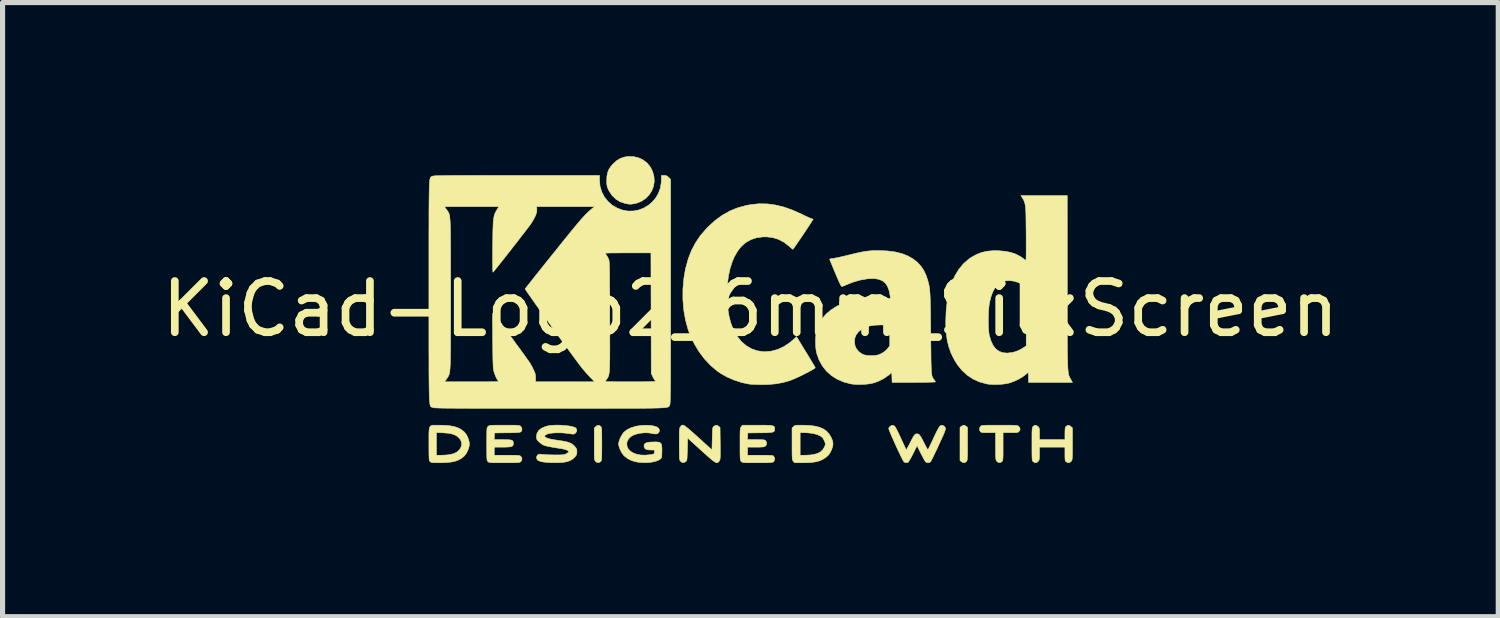
<source format=kicad_pcb>
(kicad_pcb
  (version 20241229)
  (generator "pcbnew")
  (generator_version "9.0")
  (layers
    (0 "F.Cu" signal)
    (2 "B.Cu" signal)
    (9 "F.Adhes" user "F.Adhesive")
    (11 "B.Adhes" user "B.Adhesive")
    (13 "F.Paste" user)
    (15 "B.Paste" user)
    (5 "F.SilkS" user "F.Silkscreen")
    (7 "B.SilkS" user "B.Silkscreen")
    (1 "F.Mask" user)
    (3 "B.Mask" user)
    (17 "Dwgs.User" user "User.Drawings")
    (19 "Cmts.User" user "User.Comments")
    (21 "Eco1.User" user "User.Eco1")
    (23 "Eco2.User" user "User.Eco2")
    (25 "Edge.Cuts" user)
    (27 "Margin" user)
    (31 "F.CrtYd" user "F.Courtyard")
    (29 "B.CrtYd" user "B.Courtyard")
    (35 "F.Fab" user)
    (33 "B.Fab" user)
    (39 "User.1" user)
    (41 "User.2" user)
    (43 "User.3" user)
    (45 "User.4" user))
  (footprint "KiCad-Logo2_6mm_SilkScreen"
    (layer "F.Cu")
    (at 11.601 2.982)
    (property "Reference" "KiCad-Logo2_6mm_SilkScreen" (at 0 0 180) (layer "F.SilkS") (effects (font (size 1 1) (thickness 0.15))))
    (attr exclude_from_pos_files exclude_from_bom)
    (fp_poly (pts (xy 4.189 2.276) (xy 4.212 2.291) (xy 4.239 2.312) (xy 4.239 2.634) (xy 4.239 2.728) (xy 4.239 2.802) (xy 4.238 2.859) (xy 4.236 2.901) (xy 4.234 2.931) (xy 4.231 2.951) (xy 4.227 2.965) (xy 4.221 2.974) (xy 4.217 2.979) (xy 4.186 3) (xy 4.15 2.999) (xy 4.119 2.981) (xy 4.092 2.96) (xy 4.092 2.312) (xy 4.119 2.291) (xy 4.145 2.275) (xy 4.166 2.269) (xy 4.189 2.276)) (stroke (width 0.01) (type solid)) (fill yes) (layer "F.SilkS"))
    (fp_poly (pts (xy -2.924 2.292) (xy -2.917 2.299) (xy -2.912 2.309) (xy -2.908 2.324) (xy -2.905 2.346) (xy -2.903 2.378) (xy -2.902 2.422) (xy -2.902 2.482) (xy -2.901 2.56) (xy -2.901 2.636) (xy -2.901 2.73) (xy -2.902 2.804) (xy -2.902 2.86) (xy -2.904 2.902) (xy -2.906 2.932) (xy -2.909 2.952) (xy -2.913 2.965) (xy -2.919 2.974) (xy -2.924 2.98) (xy -2.957 3) (xy -2.992 2.998) (xy -3.023 2.977) (xy -3.031 2.968) (xy -3.036 2.959) (xy -3.041 2.945) (xy -3.044 2.924) (xy -3.046 2.895) (xy -3.047 2.853) (xy -3.048 2.796) (xy -3.048 2.722) (xy -3.048 2.638) (xy -3.048 2.324) (xy -3.02 2.297) (xy -2.986 2.273) (xy -2.953 2.273) (xy -2.924 2.292)) (stroke (width 0.01) (type solid)) (fill yes) (layer "F.SilkS"))
    (fp_poly (pts (xy -2.273 -2.973) (xy -2.177 -2.949) (xy -2.09 -2.906) (xy -2.015 -2.847) (xy -1.954 -2.772) (xy -1.909 -2.683) (xy -1.883 -2.586) (xy -1.877 -2.489) (xy -1.892 -2.395) (xy -1.926 -2.307) (xy -1.977 -2.228) (xy -2.042 -2.16) (xy -2.121 -2.106) (xy -2.212 -2.068) (xy -2.263 -2.056) (xy -2.308 -2.048) (xy -2.342 -2.045) (xy -2.375 -2.047) (xy -2.415 -2.054) (xy -2.449 -2.061) (xy -2.542 -2.092) (xy -2.626 -2.143) (xy -2.698 -2.213) (xy -2.756 -2.298) (xy -2.77 -2.326) (xy -2.787 -2.362) (xy -2.797 -2.392) (xy -2.802 -2.425) (xy -2.805 -2.466) (xy -2.805 -2.512) (xy -2.801 -2.596) (xy -2.787 -2.665) (xy -2.762 -2.726) (xy -2.723 -2.784) (xy -2.684 -2.829) (xy -2.612 -2.895) (xy -2.537 -2.94) (xy -2.455 -2.967) (xy -2.377 -2.977) (xy -2.273 -2.973)) (stroke (width 0.01) (type solid)) (fill yes) (layer "F.SilkS"))
    (fp_poly (pts (xy 4.963 2.269) (xy 5.042 2.27) (xy 5.103 2.27) (xy 5.149 2.272) (xy 5.182 2.274) (xy 5.205 2.277) (xy 5.221 2.28) (xy 5.231 2.285) (xy 5.236 2.289) (xy 5.261 2.321) (xy 5.265 2.355) (xy 5.249 2.386) (xy 5.238 2.398) (xy 5.227 2.406) (xy 5.211 2.412) (xy 5.186 2.414) (xy 5.147 2.416) (xy 5.09 2.416) (xy 5.079 2.416) (xy 4.933 2.416) (xy 4.933 2.687) (xy 4.933 2.772) (xy 4.933 2.838) (xy 4.932 2.887) (xy 4.93 2.922) (xy 4.927 2.946) (xy 4.923 2.962) (xy 4.918 2.972) (xy 4.911 2.98) (xy 4.878 3) (xy 4.843 2.999) (xy 4.812 2.976) (xy 4.81 2.973) (xy 4.802 2.962) (xy 4.797 2.95) (xy 4.793 2.933) (xy 4.79 2.908) (xy 4.788 2.872) (xy 4.787 2.822) (xy 4.787 2.755) (xy 4.786 2.68) (xy 4.786 2.416) (xy 4.647 2.416) (xy 4.587 2.415) (xy 4.546 2.414) (xy 4.519 2.411) (xy 4.502 2.405) (xy 4.49 2.397) (xy 4.489 2.395) (xy 4.473 2.362) (xy 4.474 2.324) (xy 4.493 2.292) (xy 4.5 2.285) (xy 4.51 2.28) (xy 4.524 2.276) (xy 4.545 2.274) (xy 4.575 2.272) (xy 4.618 2.27) (xy 4.676 2.269) (xy 4.75 2.269) (xy 4.844 2.269) (xy 4.864 2.269) (xy 4.963 2.269)) (stroke (width 0.01) (type solid)) (fill yes) (layer "F.SilkS"))
    (fp_poly (pts (xy 6.229 2.275) (xy 6.26 2.297) (xy 6.288 2.324) (xy 6.288 2.634) (xy 6.288 2.726) (xy 6.287 2.798) (xy 6.287 2.853) (xy 6.285 2.893) (xy 6.283 2.922) (xy 6.28 2.942) (xy 6.275 2.956) (xy 6.269 2.967) (xy 6.265 2.973) (xy 6.234 2.998) (xy 6.198 3) (xy 6.166 2.985) (xy 6.156 2.976) (xy 6.148 2.965) (xy 6.144 2.946) (xy 6.142 2.915) (xy 6.141 2.869) (xy 6.141 2.833) (xy 6.141 2.698) (xy 5.644 2.698) (xy 5.644 2.821) (xy 5.644 2.877) (xy 5.642 2.915) (xy 5.638 2.941) (xy 5.63 2.96) (xy 5.621 2.973) (xy 5.59 2.998) (xy 5.555 3.001) (xy 5.522 2.983) (xy 5.513 2.974) (xy 5.506 2.962) (xy 5.502 2.943) (xy 5.499 2.914) (xy 5.498 2.87) (xy 5.497 2.808) (xy 5.497 2.794) (xy 5.497 2.678) (xy 5.497 2.582) (xy 5.497 2.504) (xy 5.497 2.443) (xy 5.498 2.396) (xy 5.5 2.361) (xy 5.502 2.335) (xy 5.505 2.318) (xy 5.51 2.306) (xy 5.515 2.298) (xy 5.52 2.292) (xy 5.552 2.272) (xy 5.585 2.275) (xy 5.617 2.297) (xy 5.629 2.311) (xy 5.638 2.327) (xy 5.642 2.35) (xy 5.644 2.384) (xy 5.644 2.436) (xy 5.644 2.551) (xy 6.141 2.551) (xy 6.141 2.433) (xy 6.142 2.378) (xy 6.144 2.341) (xy 6.148 2.317) (xy 6.155 2.301) (xy 6.164 2.292) (xy 6.196 2.272) (xy 6.229 2.275)) (stroke (width 0.01) (type solid)) (fill yes) (layer "F.SilkS"))
    (fp_poly (pts (xy 1.018 2.269) (xy 1.147 2.274) (xy 1.257 2.287) (xy 1.349 2.31) (xy 1.426 2.343) (xy 1.489 2.388) (xy 1.539 2.444) (xy 1.58 2.514) (xy 1.58 2.515) (xy 1.605 2.577) (xy 1.613 2.633) (xy 1.606 2.688) (xy 1.584 2.751) (xy 1.579 2.761) (xy 1.55 2.817) (xy 1.517 2.86) (xy 1.475 2.897) (xy 1.417 2.934) (xy 1.414 2.936) (xy 1.364 2.96) (xy 1.307 2.978) (xy 1.24 2.991) (xy 1.159 2.999) (xy 1.06 3.002) (xy 1.025 3.002) (xy 0.86 3.003) (xy 0.836 2.973) (xy 0.829 2.963) (xy 0.824 2.952) (xy 0.82 2.936) (xy 0.817 2.913) (xy 0.815 2.88) (xy 0.814 2.856) (xy 0.971 2.856) (xy 1.065 2.856) (xy 1.12 2.854) (xy 1.176 2.85) (xy 1.222 2.844) (xy 1.225 2.844) (xy 1.307 2.822) (xy 1.371 2.789) (xy 1.418 2.743) (xy 1.451 2.683) (xy 1.457 2.667) (xy 1.463 2.642) (xy 1.46 2.618) (xy 1.448 2.585) (xy 1.441 2.569) (xy 1.418 2.527) (xy 1.39 2.497) (xy 1.359 2.477) (xy 1.297 2.45) (xy 1.218 2.43) (xy 1.125 2.419) (xy 1.058 2.416) (xy 0.971 2.416) (xy 0.971 2.856) (xy 0.814 2.856) (xy 0.814 2.835) (xy 0.813 2.774) (xy 0.813 2.696) (xy 0.813 2.634) (xy 0.813 2.324) (xy 0.841 2.297) (xy 0.853 2.286) (xy 0.866 2.278) (xy 0.885 2.273) (xy 0.913 2.27) (xy 0.955 2.269) (xy 1.015 2.269) (xy 1.018 2.269)) (stroke (width 0.01) (type solid)) (fill yes) (layer "F.SilkS"))
    (fp_poly (pts (xy -6.121 2.269) (xy -6.082 2.269) (xy -5.966 2.272) (xy -5.869 2.281) (xy -5.788 2.295) (xy -5.719 2.317) (xy -5.658 2.347) (xy -5.604 2.387) (xy -5.584 2.404) (xy -5.552 2.443) (xy -5.523 2.497) (xy -5.5 2.557) (xy -5.488 2.615) (xy -5.486 2.636) (xy -5.494 2.695) (xy -5.516 2.759) (xy -5.547 2.82) (xy -5.584 2.868) (xy -5.59 2.874) (xy -5.641 2.915) (xy -5.696 2.947) (xy -5.76 2.971) (xy -5.834 2.988) (xy -5.924 2.998) (xy -6.031 3.002) (xy -6.08 3.003) (xy -6.142 3.003) (xy -6.186 3.001) (xy -6.215 2.999) (xy -6.234 2.994) (xy -6.247 2.987) (xy -6.254 2.98) (xy -6.261 2.973) (xy -6.266 2.963) (xy -6.27 2.948) (xy -6.273 2.926) (xy -6.274 2.894) (xy -6.276 2.85) (xy -6.276 2.79) (xy -6.277 2.712) (xy -6.277 2.636) (xy -6.277 2.535) (xy -6.277 2.454) (xy -6.276 2.416) (xy -6.13 2.416) (xy -6.13 2.856) (xy -6.037 2.856) (xy -5.981 2.854) (xy -5.922 2.85) (xy -5.873 2.844) (xy -5.872 2.844) (xy -5.792 2.825) (xy -5.731 2.795) (xy -5.684 2.753) (xy -5.655 2.707) (xy -5.636 2.656) (xy -5.638 2.608) (xy -5.659 2.557) (xy -5.7 2.504) (xy -5.758 2.465) (xy -5.833 2.438) (xy -5.883 2.429) (xy -5.939 2.423) (xy -6 2.418) (xy -6.051 2.416) (xy -6.054 2.416) (xy -6.13 2.416) (xy -6.276 2.416) (xy -6.275 2.392) (xy -6.271 2.345) (xy -6.263 2.312) (xy -6.25 2.29) (xy -6.23 2.277) (xy -6.203 2.27) (xy -6.167 2.269) (xy -6.121 2.269)) (stroke (width 0.01) (type solid)) (fill yes) (layer "F.SilkS"))
    (fp_poly (pts (xy -1.3 2.273) (xy -1.277 2.287) (xy -1.246 2.31) (xy -1.206 2.342) (xy -1.156 2.386) (xy -1.094 2.441) (xy -1.018 2.509) (xy -0.931 2.588) (xy -0.751 2.752) (xy -0.745 2.532) (xy -0.743 2.456) (xy -0.741 2.4) (xy -0.739 2.36) (xy -0.736 2.332) (xy -0.731 2.314) (xy -0.725 2.303) (xy -0.717 2.294) (xy -0.713 2.291) (xy -0.678 2.272) (xy -0.645 2.274) (xy -0.619 2.291) (xy -0.593 2.312) (xy -0.589 2.627) (xy -0.588 2.72) (xy -0.588 2.793) (xy -0.588 2.848) (xy -0.589 2.889) (xy -0.591 2.919) (xy -0.594 2.939) (xy -0.598 2.953) (xy -0.604 2.964) (xy -0.61 2.972) (xy -0.623 2.988) (xy -0.637 2.999) (xy -0.652 3.003) (xy -0.671 2.999) (xy -0.695 2.987) (xy -0.727 2.965) (xy -0.768 2.932) (xy -0.821 2.887) (xy -0.886 2.829) (xy -0.96 2.762) (xy -1.225 2.521) (xy -1.23 2.741) (xy -1.233 2.816) (xy -1.235 2.872) (xy -1.237 2.913) (xy -1.24 2.94) (xy -1.244 2.958) (xy -1.25 2.969) (xy -1.259 2.978) (xy -1.263 2.981) (xy -1.3 3) (xy -1.335 2.997) (xy -1.365 2.973) (xy -1.372 2.963) (xy -1.378 2.952) (xy -1.382 2.936) (xy -1.385 2.913) (xy -1.386 2.88) (xy -1.388 2.835) (xy -1.388 2.774) (xy -1.389 2.694) (xy -1.389 2.636) (xy -1.388 2.544) (xy -1.388 2.473) (xy -1.387 2.418) (xy -1.386 2.378) (xy -1.384 2.349) (xy -1.38 2.329) (xy -1.376 2.315) (xy -1.37 2.305) (xy -1.365 2.299) (xy -1.354 2.285) (xy -1.343 2.274) (xy -1.332 2.268) (xy -1.318 2.267) (xy -1.3 2.273)) (stroke (width 0.01) (type solid)) (fill yes) (layer "F.SilkS"))
    (fp_poly (pts (xy -1.95 2.275) (xy -1.882 2.286) (xy -1.829 2.304) (xy -1.795 2.327) (xy -1.785 2.341) (xy -1.776 2.372) (xy -1.782 2.4) (xy -1.802 2.427) (xy -1.834 2.44) (xy -1.879 2.439) (xy -1.914 2.432) (xy -1.992 2.419) (xy -2.072 2.418) (xy -2.162 2.428) (xy -2.186 2.433) (xy -2.269 2.456) (xy -2.334 2.491) (xy -2.38 2.537) (xy -2.407 2.592) (xy -2.413 2.621) (xy -2.409 2.68) (xy -2.386 2.732) (xy -2.345 2.776) (xy -2.288 2.811) (xy -2.219 2.837) (xy -2.138 2.852) (xy -2.048 2.854) (xy -1.951 2.845) (xy -1.945 2.844) (xy -1.907 2.836) (xy -1.885 2.83) (xy -1.876 2.819) (xy -1.874 2.802) (xy -1.874 2.793) (xy -1.874 2.754) (xy -1.942 2.754) (xy -2.003 2.75) (xy -2.044 2.737) (xy -2.068 2.714) (xy -2.077 2.679) (xy -2.077 2.674) (xy -2.072 2.645) (xy -2.054 2.623) (xy -2.022 2.609) (xy -1.972 2.601) (xy -1.923 2.598) (xy -1.852 2.596) (xy -1.801 2.599) (xy -1.766 2.609) (xy -1.744 2.628) (xy -1.733 2.66) (xy -1.728 2.708) (xy -1.727 2.77) (xy -1.729 2.84) (xy -1.733 2.887) (xy -1.74 2.912) (xy -1.741 2.914) (xy -1.78 2.946) (xy -1.837 2.97) (xy -1.909 2.988) (xy -1.991 2.999) (xy -2.081 3.001) (xy -2.175 2.994) (xy -2.23 2.986) (xy -2.316 2.962) (xy -2.396 2.922) (xy -2.463 2.87) (xy -2.473 2.86) (xy -2.506 2.816) (xy -2.536 2.762) (xy -2.559 2.706) (xy -2.572 2.654) (xy -2.574 2.635) (xy -2.567 2.593) (xy -2.55 2.542) (xy -2.524 2.488) (xy -2.495 2.439) (xy -2.469 2.406) (xy -2.408 2.357) (xy -2.329 2.319) (xy -2.235 2.29) (xy -2.129 2.274) (xy -2.032 2.27) (xy -1.95 2.275)) (stroke (width 0.01) (type solid)) (fill yes) (layer "F.SilkS"))
    (fp_poly (pts (xy 0.23 2.269) (xy 0.307 2.27) (xy 0.365 2.272) (xy 0.408 2.276) (xy 0.438 2.282) (xy 0.457 2.291) (xy 0.468 2.303) (xy 0.473 2.319) (xy 0.474 2.339) (xy 0.474 2.341) (xy 0.473 2.364) (xy 0.468 2.382) (xy 0.457 2.395) (xy 0.437 2.404) (xy 0.406 2.41) (xy 0.36 2.414) (xy 0.298 2.417) (xy 0.216 2.418) (xy 0.191 2.418) (xy -0.051 2.421) (xy -0.054 2.486) (xy -0.058 2.551) (xy 0.111 2.551) (xy 0.176 2.552) (xy 0.223 2.553) (xy 0.255 2.555) (xy 0.276 2.559) (xy 0.289 2.565) (xy 0.299 2.573) (xy 0.299 2.573) (xy 0.316 2.607) (xy 0.316 2.643) (xy 0.297 2.674) (xy 0.294 2.678) (xy 0.281 2.686) (xy 0.263 2.692) (xy 0.237 2.695) (xy 0.197 2.697) (xy 0.142 2.698) (xy 0.106 2.698) (xy -0.056 2.698) (xy -0.056 2.856) (xy 0.19 2.856) (xy 0.272 2.856) (xy 0.333 2.857) (xy 0.379 2.858) (xy 0.41 2.86) (xy 0.431 2.864) (xy 0.445 2.868) (xy 0.453 2.874) (xy 0.455 2.877) (xy 0.472 2.908) (xy 0.473 2.944) (xy 0.46 2.975) (xy 0.449 2.985) (xy 0.438 2.991) (xy 0.421 2.995) (xy 0.396 2.998) (xy 0.359 3) (xy 0.308 3.002) (xy 0.24 3.003) (xy 0.153 3.003) (xy 0.133 3.003) (xy 0.045 3.003) (xy -0.024 3.002) (xy -0.075 3.002) (xy -0.113 3) (xy -0.139 2.998) (xy -0.156 2.994) (xy -0.167 2.989) (xy -0.176 2.983) (xy -0.18 2.978) (xy -0.187 2.97) (xy -0.192 2.96) (xy -0.196 2.945) (xy -0.199 2.923) (xy -0.201 2.89) (xy -0.202 2.845) (xy -0.203 2.785) (xy -0.203 2.707) (xy -0.203 2.641) (xy -0.203 2.549) (xy -0.203 2.476) (xy -0.202 2.421) (xy -0.201 2.38) (xy -0.198 2.35) (xy -0.195 2.33) (xy -0.191 2.316) (xy -0.185 2.305) (xy -0.18 2.299) (xy -0.156 2.269) (xy 0.134 2.269) (xy 0.23 2.269)) (stroke (width 0.01) (type solid)) (fill yes) (layer "F.SilkS"))
    (fp_poly (pts (xy -4.713 2.269) (xy -4.643 2.27) (xy -4.591 2.27) (xy -4.553 2.272) (xy -4.526 2.274) (xy -4.508 2.278) (xy -4.496 2.283) (xy -4.487 2.289) (xy -4.484 2.292) (xy -4.464 2.323) (xy -4.46 2.359) (xy -4.473 2.391) (xy -4.48 2.397) (xy -4.489 2.403) (xy -4.505 2.408) (xy -4.529 2.412) (xy -4.566 2.414) (xy -4.617 2.416) (xy -4.685 2.418) (xy -4.748 2.418) (xy -4.995 2.421) (xy -4.999 2.486) (xy -5.002 2.551) (xy -4.834 2.551) (xy -4.761 2.552) (xy -4.708 2.555) (xy -4.671 2.56) (xy -4.647 2.57) (xy -4.634 2.586) (xy -4.629 2.607) (xy -4.628 2.628) (xy -4.631 2.653) (xy -4.64 2.671) (xy -4.659 2.684) (xy -4.691 2.692) (xy -4.738 2.696) (xy -4.804 2.698) (xy -4.84 2.698) (xy -5.001 2.698) (xy -5.001 2.856) (xy -4.753 2.856) (xy -4.671 2.856) (xy -4.609 2.857) (xy -4.564 2.858) (xy -4.532 2.86) (xy -4.511 2.863) (xy -4.496 2.868) (xy -4.487 2.874) (xy -4.482 2.879) (xy -4.465 2.906) (xy -4.459 2.929) (xy -4.467 2.959) (xy -4.482 2.98) (xy -4.49 2.987) (xy -4.5 2.992) (xy -4.515 2.996) (xy -4.538 2.999) (xy -4.571 3.001) (xy -4.618 3.002) (xy -4.68 3.003) (xy -4.761 3.003) (xy -4.803 3.003) (xy -4.894 3.003) (xy -4.964 3.002) (xy -5.017 3.002) (xy -5.056 3) (xy -5.083 2.998) (xy -5.101 2.994) (xy -5.113 2.99) (xy -5.122 2.983) (xy -5.125 2.98) (xy -5.132 2.973) (xy -5.137 2.963) (xy -5.141 2.948) (xy -5.144 2.926) (xy -5.146 2.894) (xy -5.147 2.849) (xy -5.147 2.789) (xy -5.148 2.711) (xy -5.148 2.638) (xy -5.148 2.545) (xy -5.147 2.471) (xy -5.147 2.415) (xy -5.146 2.374) (xy -5.144 2.345) (xy -5.141 2.325) (xy -5.136 2.312) (xy -5.131 2.303) (xy -5.123 2.295) (xy -5.122 2.294) (xy -5.113 2.286) (xy -5.103 2.28) (xy -5.089 2.276) (xy -5.067 2.273) (xy -5.036 2.271) (xy -4.993 2.27) (xy -4.934 2.269) (xy -4.857 2.269) (xy -4.802 2.269) (xy -4.713 2.269)) (stroke (width 0.01) (type solid)) (fill yes) (layer "F.SilkS"))
    (fp_poly (pts (xy 3.745 2.271) (xy 3.764 2.278) (xy 3.765 2.278) (xy 3.792 2.299) (xy 3.806 2.32) (xy 3.809 2.329) (xy 3.809 2.342) (xy 3.805 2.361) (xy 3.796 2.387) (xy 3.782 2.424) (xy 3.761 2.473) (xy 3.732 2.536) (xy 3.695 2.617) (xy 3.675 2.661) (xy 3.639 2.74) (xy 3.604 2.812) (xy 3.574 2.876) (xy 3.548 2.928) (xy 3.528 2.965) (xy 3.516 2.986) (xy 3.513 2.989) (xy 3.482 3.001) (xy 3.447 3) (xy 3.419 2.984) (xy 3.418 2.983) (xy 3.407 2.966) (xy 3.388 2.933) (xy 3.364 2.888) (xy 3.337 2.836) (xy 3.327 2.817) (xy 3.254 2.67) (xy 3.174 2.829) (xy 3.146 2.884) (xy 3.119 2.932) (xy 3.097 2.969) (xy 3.081 2.991) (xy 3.076 2.996) (xy 3.034 3.002) (xy 3 2.989) (xy 2.99 2.974) (xy 2.972 2.943) (xy 2.949 2.897) (xy 2.921 2.839) (xy 2.89 2.774) (xy 2.857 2.704) (xy 2.824 2.631) (xy 2.792 2.56) (xy 2.763 2.494) (xy 2.737 2.435) (xy 2.718 2.386) (xy 2.705 2.352) (xy 2.7 2.334) (xy 2.7 2.334) (xy 2.711 2.311) (xy 2.733 2.289) (xy 2.735 2.288) (xy 2.762 2.272) (xy 2.787 2.273) (xy 2.796 2.275) (xy 2.808 2.282) (xy 2.82 2.294) (xy 2.834 2.315) (xy 2.852 2.347) (xy 2.875 2.393) (xy 2.905 2.455) (xy 2.932 2.512) (xy 2.962 2.578) (xy 2.99 2.638) (xy 3.013 2.688) (xy 3.03 2.725) (xy 3.039 2.746) (xy 3.041 2.749) (xy 3.047 2.743) (xy 3.061 2.721) (xy 3.081 2.685) (xy 3.106 2.638) (xy 3.115 2.619) (xy 3.148 2.554) (xy 3.174 2.507) (xy 3.194 2.474) (xy 3.21 2.454) (xy 3.226 2.443) (xy 3.242 2.439) (xy 3.252 2.438) (xy 3.271 2.44) (xy 3.287 2.447) (xy 3.303 2.462) (xy 3.321 2.487) (xy 3.344 2.526) (xy 3.373 2.581) (xy 3.389 2.613) (xy 3.415 2.663) (xy 3.437 2.705) (xy 3.454 2.734) (xy 3.464 2.748) (xy 3.466 2.749) (xy 3.472 2.738) (xy 3.487 2.709) (xy 3.508 2.666) (xy 3.534 2.612) (xy 3.564 2.548) (xy 3.578 2.517) (xy 3.616 2.436) (xy 3.647 2.374) (xy 3.672 2.328) (xy 3.692 2.297) (xy 3.71 2.278) (xy 3.727 2.271) (xy 3.745 2.271)) (stroke (width 0.01) (type solid)) (fill yes) (layer "F.SilkS"))
    (fp_poly (pts (xy -3.692 2.27) (xy -3.617 2.276) (xy -3.547 2.284) (xy -3.487 2.295) (xy -3.44 2.308) (xy -3.41 2.323) (xy -3.406 2.327) (xy -3.39 2.362) (xy -3.395 2.397) (xy -3.419 2.428) (xy -3.421 2.429) (xy -3.435 2.438) (xy -3.45 2.443) (xy -3.471 2.443) (xy -3.503 2.44) (xy -3.552 2.432) (xy -3.556 2.432) (xy -3.629 2.423) (xy -3.707 2.418) (xy -3.786 2.418) (xy -3.859 2.422) (xy -3.922 2.43) (xy -3.968 2.443) (xy -3.971 2.444) (xy -4.005 2.463) (xy -4.017 2.482) (xy -4.008 2.5) (xy -3.978 2.518) (xy -3.929 2.535) (xy -3.861 2.549) (xy -3.816 2.556) (xy -3.721 2.57) (xy -3.647 2.582) (xy -3.588 2.594) (xy -3.542 2.608) (xy -3.506 2.623) (xy -3.476 2.641) (xy -3.449 2.664) (xy -3.428 2.686) (xy -3.403 2.717) (xy -3.391 2.743) (xy -3.387 2.776) (xy -3.387 2.788) (xy -3.39 2.828) (xy -3.401 2.857) (xy -3.421 2.883) (xy -3.462 2.924) (xy -3.508 2.954) (xy -3.562 2.976) (xy -3.627 2.991) (xy -3.707 2.999) (xy -3.805 3.001) (xy -3.821 3.001) (xy -3.887 3) (xy -3.952 2.997) (xy -4.009 2.992) (xy -4.052 2.987) (xy -4.055 2.987) (xy -4.098 2.976) (xy -4.134 2.964) (xy -4.154 2.952) (xy -4.173 2.922) (xy -4.174 2.886) (xy -4.158 2.854) (xy -4.154 2.851) (xy -4.139 2.84) (xy -4.12 2.835) (xy -4.091 2.836) (xy -4.056 2.84) (xy -4.016 2.844) (xy -3.96 2.847) (xy -3.895 2.849) (xy -3.828 2.85) (xy -3.81 2.85) (xy -3.742 2.85) (xy -3.692 2.849) (xy -3.657 2.846) (xy -3.63 2.841) (xy -3.609 2.834) (xy -3.596 2.828) (xy -3.568 2.811) (xy -3.55 2.796) (xy -3.547 2.792) (xy -3.553 2.774) (xy -3.579 2.757) (xy -3.624 2.741) (xy -3.687 2.728) (xy -3.705 2.725) (xy -3.801 2.71) (xy -3.878 2.697) (xy -3.938 2.686) (xy -3.984 2.676) (xy -4.021 2.665) (xy -4.049 2.653) (xy -4.073 2.639) (xy -4.096 2.622) (xy -4.119 2.601) (xy -4.127 2.594) (xy -4.155 2.567) (xy -4.17 2.545) (xy -4.176 2.52) (xy -4.177 2.489) (xy -4.167 2.428) (xy -4.136 2.376) (xy -4.085 2.333) (xy -4.013 2.3) (xy -3.962 2.285) (xy -3.907 2.275) (xy -3.841 2.27) (xy -3.768 2.268) (xy -3.692 2.27)) (stroke (width 0.01) (type solid)) (fill yes) (layer "F.SilkS"))
    (fp_poly (pts (xy 0.328 -2.051) (xy 0.489 -2.03) (xy 0.653 -1.99) (xy 0.822 -1.93) (xy 1 -1.851) (xy 1.011 -1.845) (xy 1.069 -1.817) (xy 1.121 -1.793) (xy 1.162 -1.775) (xy 1.19 -1.764) (xy 1.2 -1.761) (xy 1.219 -1.756) (xy 1.224 -1.752) (xy 1.218 -1.741) (xy 1.202 -1.715) (xy 1.177 -1.676) (xy 1.145 -1.626) (xy 1.107 -1.569) (xy 1.066 -1.507) (xy 1.023 -1.442) (xy 0.98 -1.379) (xy 0.939 -1.319) (xy 0.902 -1.265) (xy 0.871 -1.22) (xy 0.847 -1.186) (xy 0.832 -1.167) (xy 0.83 -1.165) (xy 0.82 -1.17) (xy 0.798 -1.187) (xy 0.767 -1.214) (xy 0.752 -1.228) (xy 0.655 -1.303) (xy 0.548 -1.359) (xy 0.433 -1.394) (xy 0.31 -1.408) (xy 0.241 -1.407) (xy 0.119 -1.39) (xy 0.01 -1.354) (xy -0.087 -1.299) (xy -0.174 -1.225) (xy -0.249 -1.131) (xy -0.314 -1.018) (xy -0.351 -0.931) (xy -0.395 -0.796) (xy -0.428 -0.648) (xy -0.448 -0.493) (xy -0.458 -0.333) (xy -0.456 -0.173) (xy -0.443 -0.016) (xy -0.419 0.133) (xy -0.384 0.271) (xy -0.338 0.395) (xy -0.322 0.429) (xy -0.253 0.543) (xy -0.173 0.64) (xy -0.081 0.718) (xy 0.02 0.777) (xy 0.13 0.816) (xy 0.247 0.834) (xy 0.289 0.835) (xy 0.41 0.824) (xy 0.531 0.791) (xy 0.649 0.737) (xy 0.762 0.663) (xy 0.854 0.585) (xy 0.9 0.54) (xy 1.081 0.837) (xy 1.127 0.911) (xy 1.168 0.98) (xy 1.204 1.039) (xy 1.233 1.088) (xy 1.254 1.124) (xy 1.265 1.144) (xy 1.266 1.147) (xy 1.258 1.157) (xy 1.233 1.174) (xy 1.193 1.197) (xy 1.142 1.225) (xy 1.084 1.255) (xy 1.021 1.287) (xy 0.958 1.318) (xy 0.896 1.346) (xy 0.839 1.371) (xy 0.791 1.391) (xy 0.768 1.399) (xy 0.634 1.437) (xy 0.496 1.462) (xy 0.349 1.475) (xy 0.222 1.477) (xy 0.154 1.476) (xy 0.088 1.474) (xy 0.031 1.471) (xy -0.013 1.468) (xy -0.027 1.466) (xy -0.166 1.438) (xy -0.307 1.392) (xy -0.445 1.334) (xy -0.572 1.264) (xy -0.649 1.211) (xy -0.777 1.103) (xy -0.895 0.977) (xy -1.002 0.835) (xy -1.095 0.681) (xy -1.173 0.518) (xy -1.217 0.401) (xy -1.267 0.217) (xy -1.301 0.023) (xy -1.318 -0.179) (xy -1.318 -0.382) (xy -1.301 -0.584) (xy -1.268 -0.781) (xy -1.217 -0.967) (xy -1.214 -0.978) (xy -1.151 -1.14) (xy -1.074 -1.288) (xy -0.981 -1.426) (xy -0.868 -1.558) (xy -0.825 -1.604) (xy -0.688 -1.728) (xy -0.549 -1.83) (xy -0.403 -1.912) (xy -0.249 -1.975) (xy -0.084 -2.02) (xy 0.011 -2.038) (xy 0.17 -2.054) (xy 0.328 -2.051)) (stroke (width 0.01) (type solid)) (fill yes) (layer "F.SilkS"))
    (fp_poly (pts (xy 6.187 -0.528) (xy 6.187 -0.293) (xy 6.187 -0.08) (xy 6.187 0.112) (xy 6.187 0.285) (xy 6.187 0.441) (xy 6.188 0.579) (xy 6.188 0.701) (xy 6.189 0.808) (xy 6.19 0.901) (xy 6.192 0.982) (xy 6.194 1.051) (xy 6.196 1.11) (xy 6.198 1.159) (xy 6.202 1.2) (xy 6.205 1.234) (xy 6.21 1.262) (xy 6.214 1.285) (xy 6.22 1.304) (xy 6.226 1.321) (xy 6.233 1.335) (xy 6.24 1.349) (xy 6.249 1.364) (xy 6.254 1.373) (xy 6.288 1.434) (xy 5.43 1.434) (xy 5.43 1.338) (xy 5.429 1.294) (xy 5.427 1.261) (xy 5.424 1.243) (xy 5.423 1.242) (xy 5.412 1.249) (xy 5.389 1.267) (xy 5.366 1.286) (xy 5.312 1.327) (xy 5.242 1.368) (xy 5.165 1.405) (xy 5.088 1.435) (xy 5.057 1.445) (xy 4.989 1.46) (xy 4.906 1.47) (xy 4.816 1.475) (xy 4.728 1.474) (xy 4.649 1.469) (xy 4.612 1.463) (xy 4.473 1.425) (xy 4.346 1.367) (xy 4.23 1.29) (xy 4.127 1.195) (xy 4.036 1.081) (xy 3.969 0.97) (xy 3.914 0.854) (xy 3.872 0.734) (xy 3.842 0.608) (xy 3.823 0.472) (xy 3.815 0.32) (xy 3.814 0.243) (xy 3.816 0.186) (xy 4.645 0.186) (xy 4.645 0.279) (xy 4.648 0.367) (xy 4.654 0.444) (xy 4.662 0.505) (xy 4.665 0.517) (xy 4.697 0.625) (xy 4.738 0.712) (xy 4.79 0.779) (xy 4.853 0.826) (xy 4.926 0.853) (xy 5.011 0.862) (xy 5.107 0.851) (xy 5.17 0.835) (xy 5.219 0.817) (xy 5.274 0.791) (xy 5.314 0.767) (xy 5.385 0.721) (xy 5.385 -0.429) (xy 5.317 -0.473) (xy 5.239 -0.514) (xy 5.155 -0.541) (xy 5.07 -0.553) (xy 4.988 -0.549) (xy 4.915 -0.53) (xy 4.883 -0.515) (xy 4.826 -0.472) (xy 4.777 -0.415) (xy 4.735 -0.342) (xy 4.701 -0.252) (xy 4.672 -0.141) (xy 4.671 -0.135) (xy 4.66 -0.073) (xy 4.653 0.005) (xy 4.648 0.093) (xy 4.645 0.186) (xy 3.816 0.186) (xy 3.822 0.03) (xy 3.844 -0.166) (xy 3.88 -0.345) (xy 3.93 -0.506) (xy 3.994 -0.65) (xy 4.071 -0.777) (xy 4.163 -0.886) (xy 4.268 -0.977) (xy 4.314 -1.008) (xy 4.415 -1.064) (xy 4.518 -1.104) (xy 4.628 -1.128) (xy 4.749 -1.138) (xy 4.842 -1.137) (xy 4.971 -1.126) (xy 5.084 -1.104) (xy 5.183 -1.07) (xy 5.271 -1.024) (xy 5.32 -0.99) (xy 5.349 -0.968) (xy 5.371 -0.953) (xy 5.379 -0.948) (xy 5.381 -0.959) (xy 5.382 -0.99) (xy 5.383 -1.037) (xy 5.384 -1.1) (xy 5.384 -1.173) (xy 5.384 -1.256) (xy 5.384 -1.344) (xy 5.384 -1.436) (xy 5.383 -1.528) (xy 5.382 -1.618) (xy 5.381 -1.704) (xy 5.38 -1.781) (xy 5.379 -1.848) (xy 5.377 -1.902) (xy 5.375 -1.94) (xy 5.375 -1.947) (xy 5.367 -2.018) (xy 5.356 -2.073) (xy 5.338 -2.12) (xy 5.312 -2.166) (xy 5.305 -2.176) (xy 5.281 -2.213) (xy 6.186 -2.213) (xy 6.187 -0.528)) (stroke (width 0.01) (type solid)) (fill yes) (layer "F.SilkS"))
    (fp_poly (pts (xy 2.674 -1.133) (xy 2.825 -1.113) (xy 2.961 -1.08) (xy 3.08 -1.032) (xy 3.185 -0.971) (xy 3.262 -0.907) (xy 3.331 -0.833) (xy 3.385 -0.753) (xy 3.428 -0.661) (xy 3.443 -0.618) (xy 3.456 -0.579) (xy 3.467 -0.543) (xy 3.477 -0.508) (xy 3.485 -0.472) (xy 3.492 -0.433) (xy 3.498 -0.39) (xy 3.503 -0.34) (xy 3.507 -0.283) (xy 3.51 -0.215) (xy 3.513 -0.136) (xy 3.515 -0.043) (xy 3.517 0.066) (xy 3.518 0.192) (xy 3.52 0.337) (xy 3.521 0.48) (xy 3.522 0.636) (xy 3.524 0.771) (xy 3.525 0.887) (xy 3.526 0.986) (xy 3.528 1.068) (xy 3.53 1.136) (xy 3.532 1.192) (xy 3.535 1.236) (xy 3.539 1.271) (xy 3.544 1.299) (xy 3.55 1.321) (xy 3.557 1.338) (xy 3.565 1.352) (xy 3.574 1.366) (xy 3.585 1.38) (xy 3.59 1.385) (xy 3.605 1.408) (xy 3.612 1.423) (xy 3.612 1.424) (xy 3.602 1.426) (xy 3.571 1.428) (xy 3.522 1.43) (xy 3.458 1.431) (xy 3.382 1.433) (xy 3.295 1.433) (xy 3.2 1.434) (xy 3.19 1.434) (xy 2.767 1.434) (xy 2.763 1.338) (xy 2.76 1.242) (xy 2.698 1.293) (xy 2.601 1.36) (xy 2.491 1.415) (xy 2.404 1.445) (xy 2.335 1.46) (xy 2.252 1.47) (xy 2.162 1.475) (xy 2.074 1.474) (xy 1.995 1.468) (xy 1.959 1.463) (xy 1.819 1.425) (xy 1.692 1.37) (xy 1.58 1.299) (xy 1.484 1.213) (xy 1.404 1.112) (xy 1.341 0.997) (xy 1.296 0.871) (xy 1.284 0.814) (xy 1.276 0.752) (xy 1.273 0.677) (xy 1.272 0.643) (xy 1.272 0.64) (xy 2.032 0.64) (xy 2.042 0.715) (xy 2.07 0.779) (xy 2.118 0.835) (xy 2.123 0.839) (xy 2.172 0.874) (xy 2.223 0.897) (xy 2.284 0.909) (xy 2.359 0.911) (xy 2.377 0.911) (xy 2.431 0.908) (xy 2.471 0.903) (xy 2.506 0.893) (xy 2.545 0.876) (xy 2.556 0.871) (xy 2.616 0.835) (xy 2.663 0.792) (xy 2.676 0.777) (xy 2.721 0.72) (xy 2.721 0.525) (xy 2.72 0.446) (xy 2.718 0.388) (xy 2.715 0.349) (xy 2.711 0.327) (xy 2.707 0.32) (xy 2.691 0.317) (xy 2.657 0.314) (xy 2.61 0.313) (xy 2.555 0.312) (xy 2.546 0.312) (xy 2.425 0.317) (xy 2.323 0.333) (xy 2.236 0.361) (xy 2.164 0.401) (xy 2.109 0.448) (xy 2.064 0.506) (xy 2.039 0.569) (xy 2.032 0.64) (xy 1.272 0.64) (xy 1.274 0.55) (xy 1.283 0.471) (xy 1.299 0.4) (xy 1.324 0.329) (xy 1.348 0.276) (xy 1.407 0.181) (xy 1.485 0.093) (xy 1.58 0.014) (xy 1.69 -0.055) (xy 1.813 -0.111) (xy 1.945 -0.154) (xy 2.009 -0.169) (xy 2.146 -0.191) (xy 2.294 -0.206) (xy 2.446 -0.212) (xy 2.572 -0.211) (xy 2.734 -0.204) (xy 2.727 -0.263) (xy 2.707 -0.362) (xy 2.676 -0.443) (xy 2.632 -0.506) (xy 2.575 -0.551) (xy 2.503 -0.58) (xy 2.416 -0.594) (xy 2.313 -0.591) (xy 2.275 -0.587) (xy 2.134 -0.562) (xy 1.997 -0.521) (xy 1.902 -0.483) (xy 1.857 -0.464) (xy 1.819 -0.448) (xy 1.792 -0.439) (xy 1.785 -0.437) (xy 1.775 -0.446) (xy 1.758 -0.475) (xy 1.734 -0.524) (xy 1.703 -0.594) (xy 1.665 -0.684) (xy 1.658 -0.7) (xy 1.628 -0.772) (xy 1.601 -0.838) (xy 1.578 -0.893) (xy 1.561 -0.936) (xy 1.55 -0.963) (xy 1.547 -0.972) (xy 1.557 -0.977) (xy 1.583 -0.982) (xy 1.611 -0.986) (xy 1.642 -0.991) (xy 1.689 -1) (xy 1.751 -1.013) (xy 1.821 -1.029) (xy 1.896 -1.047) (xy 1.925 -1.054) (xy 2.03 -1.08) (xy 2.117 -1.1) (xy 2.192 -1.115) (xy 2.258 -1.126) (xy 2.319 -1.133) (xy 2.381 -1.138) (xy 2.446 -1.14) (xy 2.504 -1.14) (xy 2.674 -1.133)) (stroke (width 0.01) (type solid)) (fill yes) (layer "F.SilkS"))
    (fp_poly (pts (xy -2.946 -2.511) (xy -2.936 -2.397) (xy -2.904 -2.289) (xy -2.853 -2.19) (xy -2.784 -2.102) (xy -2.699 -2.027) (xy -2.602 -1.97) (xy -2.496 -1.93) (xy -2.389 -1.911) (xy -2.283 -1.913) (xy -2.181 -1.932) (xy -2.085 -1.969) (xy -1.996 -2.021) (xy -1.917 -2.087) (xy -1.849 -2.167) (xy -1.796 -2.258) (xy -1.759 -2.359) (xy -1.74 -2.47) (xy -1.738 -2.52) (xy -1.738 -2.608) (xy -1.687 -2.608) (xy -1.65 -2.605) (xy -1.623 -2.593) (xy -1.596 -2.569) (xy -1.558 -2.531) (xy -1.558 -0.339) (xy -1.558 -0.077) (xy -1.558 0.163) (xy -1.558 0.383) (xy -1.558 0.583) (xy -1.558 0.764) (xy -1.558 0.928) (xy -1.559 1.074) (xy -1.559 1.205) (xy -1.559 1.32) (xy -1.56 1.421) (xy -1.561 1.509) (xy -1.561 1.585) (xy -1.562 1.65) (xy -1.563 1.704) (xy -1.564 1.749) (xy -1.565 1.786) (xy -1.567 1.815) (xy -1.568 1.837) (xy -1.57 1.854) (xy -1.572 1.866) (xy -1.574 1.874) (xy -1.576 1.88) (xy -1.577 1.882) (xy -1.581 1.889) (xy -1.585 1.895) (xy -1.589 1.901) (xy -1.594 1.906) (xy -1.601 1.911) (xy -1.611 1.916) (xy -1.625 1.92) (xy -1.645 1.923) (xy -1.669 1.926) (xy -1.701 1.929) (xy -1.741 1.931) (xy -1.789 1.934) (xy -1.846 1.935) (xy -1.914 1.937) (xy -1.994 1.938) (xy -2.085 1.939) (xy -2.19 1.94) (xy -2.309 1.94) (xy -2.443 1.941) (xy -2.593 1.941) (xy -2.76 1.941) (xy -2.945 1.942) (xy -3.149 1.942) (xy -3.372 1.942) (xy -3.616 1.941) (xy -3.881 1.941) (xy -3.92 1.941) (xy -4.187 1.941) (xy -4.432 1.941) (xy -4.657 1.941) (xy -4.861 1.941) (xy -5.047 1.941) (xy -5.215 1.941) (xy -5.366 1.94) (xy -5.501 1.94) (xy -5.62 1.939) (xy -5.725 1.939) (xy -5.817 1.938) (xy -5.896 1.938) (xy -5.964 1.937) (xy -6.021 1.936) (xy -6.069 1.935) (xy -6.107 1.933) (xy -6.138 1.932) (xy -6.162 1.931) (xy -6.18 1.929) (xy -6.192 1.927) (xy -6.201 1.925) (xy -6.205 1.923) (xy -6.214 1.92) (xy -6.221 1.917) (xy -6.229 1.915) (xy -6.235 1.911) (xy -6.241 1.906) (xy -6.246 1.897) (xy -6.251 1.885) (xy -6.255 1.869) (xy -6.259 1.846) (xy -6.262 1.818) (xy -6.265 1.781) (xy -6.268 1.737) (xy -6.27 1.683) (xy -6.271 1.618) (xy -6.273 1.543) (xy -6.274 1.455) (xy -6.275 1.354) (xy -6.276 1.239) (xy -6.276 1.11) (xy -6.276 0.964) (xy -6.277 0.802) (xy -6.277 0.621) (xy -6.277 0.422) (xy -6.277 0.204) (xy -6.277 -0.035) (xy -6.277 -0.296) (xy -6.277 -0.338) (xy -6.277 -0.601) (xy -6.277 -0.842) (xy -6.277 -1.063) (xy -6.277 -1.264) (xy -6.277 -1.446) (xy -6.276 -1.61) (xy -6.276 -1.757) (xy -6.276 -1.888) (xy -6.275 -1.998) (xy -5.972 -1.998) (xy -5.932 -1.94) (xy -5.921 -1.925) (xy -5.911 -1.911) (xy -5.902 -1.897) (xy -5.894 -1.883) (xy -5.887 -1.868) (xy -5.881 -1.849) (xy -5.875 -1.826) (xy -5.871 -1.798) (xy -5.867 -1.764) (xy -5.863 -1.722) (xy -5.861 -1.67) (xy -5.858 -1.609) (xy -5.857 -1.537) (xy -5.855 -1.452) (xy -5.855 -1.354) (xy -5.854 -1.24) (xy -5.853 -1.111) (xy -5.853 -0.965) (xy -5.853 -0.8) (xy -5.853 -0.616) (xy -5.853 -0.41) (xy -5.853 -0.288) (xy -5.853 -0.071) (xy -5.853 0.125) (xy -5.853 0.3) (xy -5.853 0.456) (xy -5.854 0.595) (xy -5.854 0.717) (xy -5.855 0.823) (xy -5.856 0.915) (xy -5.857 0.994) (xy -5.859 1.062) (xy -5.862 1.118) (xy -5.865 1.165) (xy -5.868 1.204) (xy -5.872 1.235) (xy -5.877 1.261) (xy -5.883 1.282) (xy -5.89 1.299) (xy -5.897 1.314) (xy -5.906 1.327) (xy -5.915 1.341) (xy -5.925 1.356) (xy -5.932 1.365) (xy -5.97 1.422) (xy -5.439 1.422) (xy -5.315 1.422) (xy -5.213 1.422) (xy -5.129 1.422) (xy -5.063 1.421) (xy -5.012 1.42) (xy -4.974 1.419) (xy -4.948 1.417) (xy -4.932 1.415) (xy -4.923 1.412) (xy -4.921 1.408) (xy -4.923 1.404) (xy -4.925 1.403) (xy -4.95 1.366) (xy -4.976 1.313) (xy -4.999 1.251) (xy -5.007 1.224) (xy -5.012 1.206) (xy -5.016 1.185) (xy -5.019 1.159) (xy -5.022 1.126) (xy -5.024 1.083) (xy -5.026 1.028) (xy -5.028 0.96) (xy -5.029 0.877) (xy -5.03 0.775) (xy -5.031 0.654) (xy -5.032 0.61) (xy -5.033 0.484) (xy -5.033 0.38) (xy -5.034 0.295) (xy -5.034 0.227) (xy -5.034 0.174) (xy -5.033 0.135) (xy -5.031 0.107) (xy -5.029 0.09) (xy -5.027 0.081) (xy -5.023 0.078) (xy -5.019 0.08) (xy -5.015 0.085) (xy -5.004 0.098) (xy -4.982 0.127) (xy -4.95 0.17) (xy -4.909 0.225) (xy -4.861 0.289) (xy -4.808 0.362) (xy -4.751 0.44) (xy -4.691 0.521) (xy -4.631 0.603) (xy -4.572 0.685) (xy -4.514 0.763) (xy -4.461 0.836) (xy -4.413 0.902) (xy -4.373 0.959) (xy -4.341 1.004) (xy -4.318 1.035) (xy -4.314 1.041) (xy -4.291 1.078) (xy -4.264 1.126) (xy -4.239 1.176) (xy -4.236 1.183) (xy -4.214 1.231) (xy -4.201 1.268) (xy -4.196 1.304) (xy -4.194 1.346) (xy -4.195 1.422) (xy -3.041 1.422) (xy -3.132 1.329) (xy -3.179 1.279) (xy -3.229 1.222) (xy -3.275 1.168) (xy -3.295 1.143) (xy -3.326 1.103) (xy -3.366 1.05) (xy -3.414 0.985) (xy -3.47 0.909) (xy -3.532 0.825) (xy -3.599 0.733) (xy -3.669 0.636) (xy -3.743 0.535) (xy -3.817 0.432) (xy -3.892 0.328) (xy -3.966 0.225) (xy -4.038 0.125) (xy -4.106 0.029) (xy -4.17 -0.061) (xy -4.229 -0.144) (xy -4.28 -0.218) (xy -4.324 -0.28) (xy -4.359 -0.33) (xy -4.383 -0.367) (xy -4.396 -0.387) (xy -4.398 -0.391) (xy -4.39 -0.403) (xy -4.369 -0.43) (xy -4.337 -0.471) (xy -4.294 -0.525) (xy -4.243 -0.589) (xy -4.185 -0.663) (xy -4.12 -0.744) (xy -4.051 -0.831) (xy -3.979 -0.921) (xy -3.904 -1.014) (xy -3.845 -1.088) (xy -2.834 -1.088) (xy -2.828 -1.075) (xy -2.813 -1.053) (xy -2.812 -1.052) (xy -2.793 -1.021) (xy -2.774 -0.985) (xy -2.77 -0.976) (xy -2.766 -0.968) (xy -2.763 -0.958) (xy -2.76 -0.945) (xy -2.758 -0.927) (xy -2.756 -0.904) (xy -2.754 -0.873) (xy -2.753 -0.833) (xy -2.751 -0.784) (xy -2.75 -0.723) (xy -2.749 -0.649) (xy -2.749 -0.561) (xy -2.748 -0.457) (xy -2.747 -0.337) (xy -2.747 -0.198) (xy -2.746 -0.039) (xy -2.746 0.14) (xy -2.745 0.325) (xy -2.745 0.489) (xy -2.745 0.633) (xy -2.744 0.759) (xy -2.745 0.868) (xy -2.745 0.961) (xy -2.747 1.04) (xy -2.748 1.106) (xy -2.75 1.161) (xy -2.753 1.206) (xy -2.757 1.242) (xy -2.761 1.271) (xy -2.766 1.295) (xy -2.772 1.313) (xy -2.779 1.329) (xy -2.787 1.344) (xy -2.797 1.358) (xy -2.805 1.37) (xy -2.822 1.396) (xy -2.832 1.414) (xy -2.834 1.417) (xy -2.823 1.418) (xy -2.791 1.419) (xy -2.742 1.42) (xy -2.677 1.421) (xy -2.599 1.422) (xy -2.51 1.422) (xy -2.411 1.422) (xy -2.342 1.422) (xy -2.237 1.422) (xy -2.141 1.422) (xy -2.054 1.421) (xy -1.98 1.419) (xy -1.921 1.418) (xy -1.879 1.416) (xy -1.855 1.414) (xy -1.851 1.412) (xy -1.859 1.398) (xy -1.867 1.39) (xy -1.88 1.372) (xy -1.897 1.342) (xy -1.909 1.318) (xy -1.936 1.259) (xy -1.939 0.082) (xy -1.942 -1.095) (xy -2.388 -1.095) (xy -2.486 -1.095) (xy -2.576 -1.094) (xy -2.657 -1.094) (xy -2.725 -1.093) (xy -2.779 -1.092) (xy -2.815 -1.09) (xy -2.833 -1.089) (xy -2.834 -1.088) (xy -3.845 -1.088) (xy -3.829 -1.107) (xy -3.755 -1.199) (xy -3.683 -1.289) (xy -3.615 -1.374) (xy -3.551 -1.452) (xy -3.494 -1.523) (xy -3.444 -1.584) (xy -3.403 -1.633) (xy -3.386 -1.654) (xy -3.3 -1.754) (xy -3.223 -1.838) (xy -3.154 -1.906) (xy -3.091 -1.96) (xy -3.082 -1.967) (xy -3.042 -1.998) (xy -4.174 -1.998) (xy -4.169 -1.95) (xy -4.172 -1.893) (xy -4.194 -1.825) (xy -4.234 -1.745) (xy -4.279 -1.673) (xy -4.295 -1.65) (xy -4.323 -1.612) (xy -4.361 -1.562) (xy -4.408 -1.501) (xy -4.462 -1.432) (xy -4.52 -1.356) (xy -4.582 -1.276) (xy -4.646 -1.194) (xy -4.71 -1.112) (xy -4.773 -1.032) (xy -4.832 -0.957) (xy -4.887 -0.888) (xy -4.935 -0.828) (xy -4.974 -0.778) (xy -5.004 -0.742) (xy -5.022 -0.72) (xy -5.025 -0.717) (xy -5.028 -0.725) (xy -5.03 -0.755) (xy -5.032 -0.807) (xy -5.033 -0.881) (xy -5.033 -0.977) (xy -5.033 -1.094) (xy -5.032 -1.214) (xy -5.03 -1.346) (xy -5.029 -1.457) (xy -5.027 -1.551) (xy -5.024 -1.629) (xy -5.021 -1.692) (xy -5.016 -1.745) (xy -5.009 -1.788) (xy -5.002 -1.823) (xy -4.992 -1.854) (xy -4.98 -1.882) (xy -4.965 -1.91) (xy -4.95 -1.935) (xy -4.912 -1.998) (xy -5.972 -1.998) (xy -6.275 -1.998) (xy -6.275 -2.004) (xy -6.274 -2.106) (xy -6.273 -2.195) (xy -6.272 -2.272) (xy -6.27 -2.337) (xy -6.269 -2.393) (xy -6.266 -2.438) (xy -6.264 -2.475) (xy -6.261 -2.505) (xy -6.258 -2.528) (xy -6.254 -2.546) (xy -6.25 -2.559) (xy -6.245 -2.568) (xy -6.24 -2.574) (xy -6.234 -2.579) (xy -6.228 -2.582) (xy -6.222 -2.586) (xy -6.216 -2.589) (xy -6.21 -2.592) (xy -6.202 -2.594) (xy -6.19 -2.596) (xy -6.173 -2.598) (xy -6.149 -2.6) (xy -6.118 -2.601) (xy -6.079 -2.602) (xy -6.03 -2.603) (xy -5.971 -2.604) (xy -5.899 -2.605) (xy -5.815 -2.606) (xy -5.718 -2.606) (xy -5.605 -2.607) (xy -5.476 -2.607) (xy -5.33 -2.607) (xy -5.166 -2.608) (xy -4.982 -2.608) (xy -4.778 -2.608) (xy -4.567 -2.608) (xy -2.946 -2.608) (xy -2.946 -2.511)) (stroke (width 0.01) (type solid)) (fill yes) (layer "F.SilkS")))
  (gr_rect
    (start -3 -3)
    (end 26.202 8.99)
    (stroke (width 0.1) (type default))
    (fill no)
    (layer "Edge.Cuts")))
</source>
